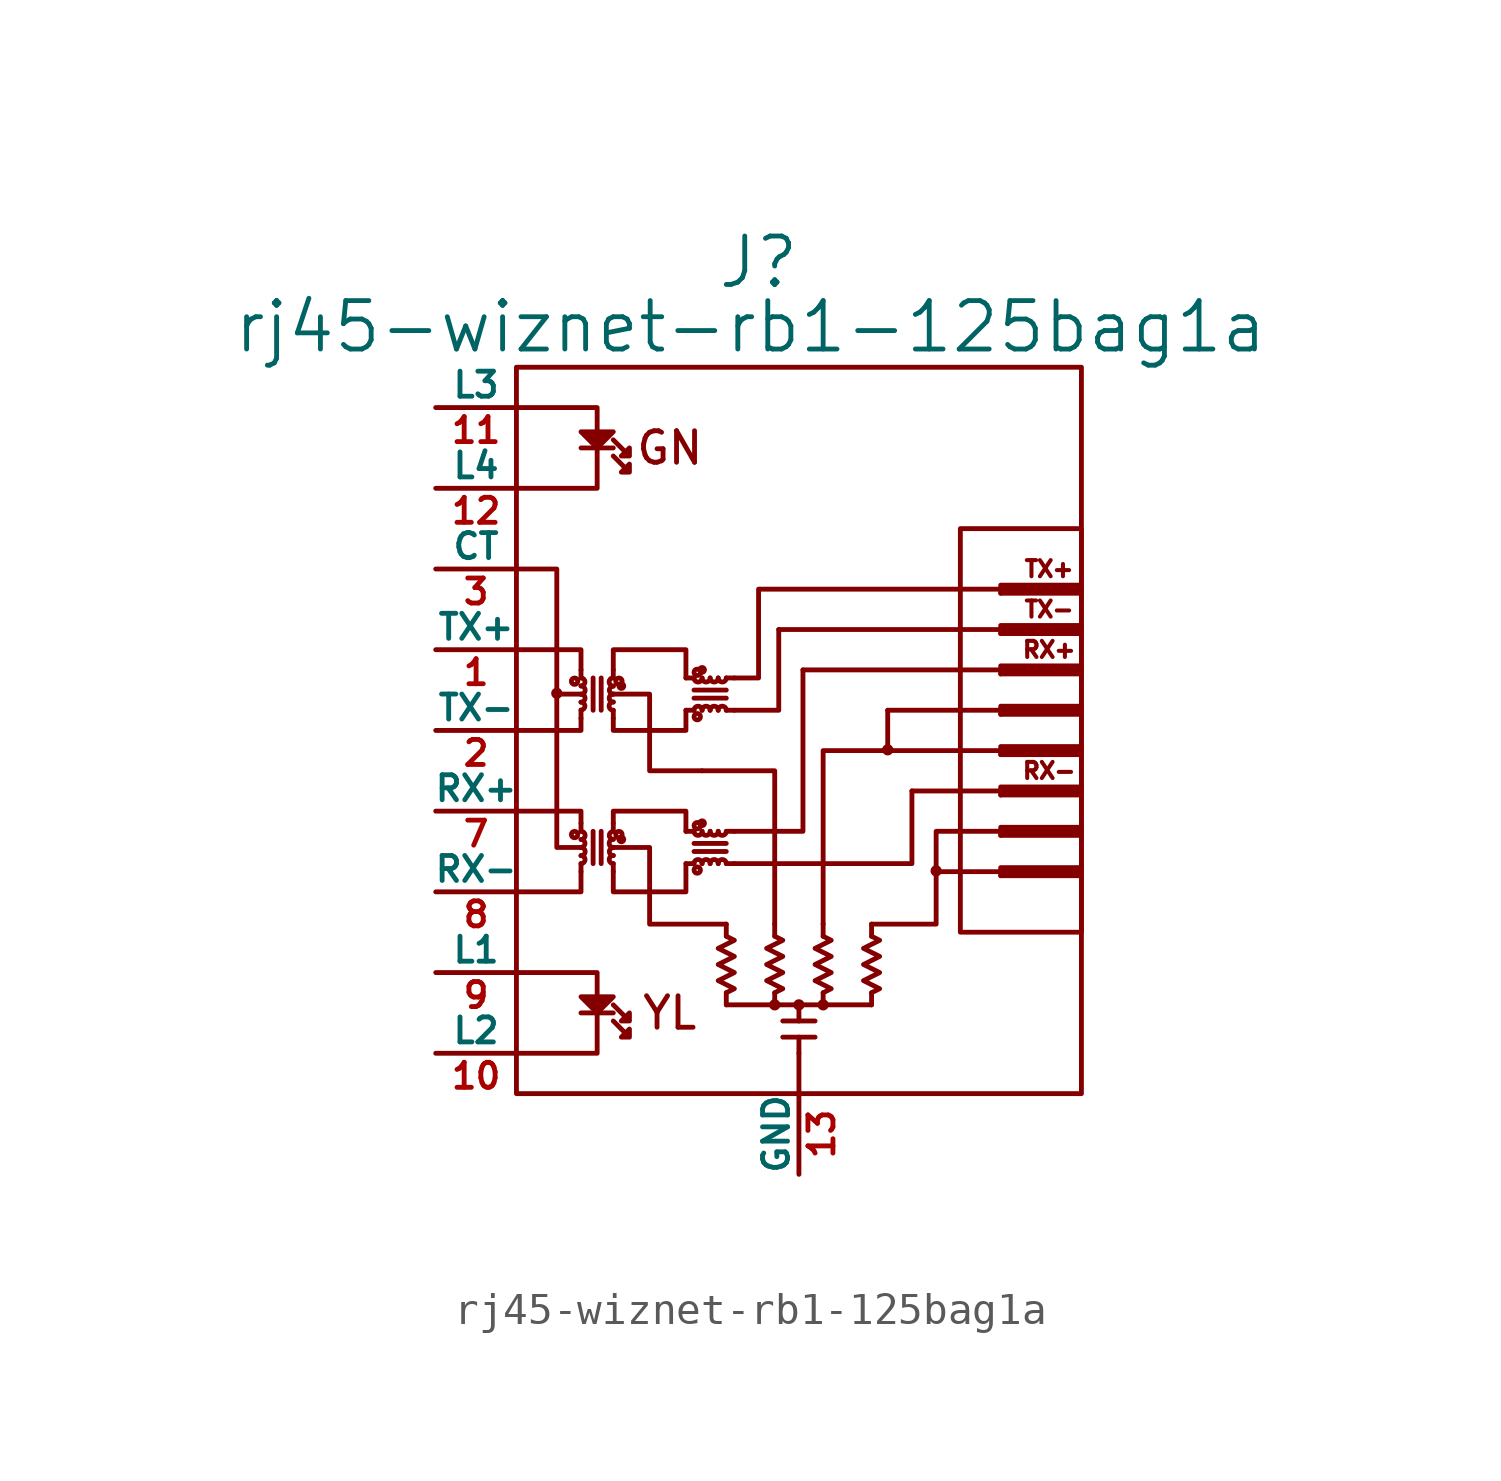
<source format=kicad_sym>
(kicad_symbol_lib
  (version 20201005)
  (generator kicad_symbol_editor)
  (symbol "rj45-wiznet-rb1-125bag1a"
    (pin_names
      (offset 0))
    (property "Reference" "J"
      (at 0 14.732 0)
      (effects (font (size 1.524 1.524))))
    (property "Value" "rj45-wiznet-rb1-125bag1a"
      (at -0.254 12.7 0)
      (effects (font (size 1.524 1.524))))
    (property "Footprint" ""
      (at -7.62 -1.27 0)
      (effects (font (size 1.524 1.524))))
    (property "Datasheet" ""
      (at -7.62 -1.27 0)
      (effects (font (size 1.524 1.524))))
    (symbol "rj45-wiznet-rb1-125bag1a_0_0"
      (text "GN" (at -2.794 8.89 0) (effects (font (size 0.991 0.991))))
      (text "RX+" (at 9.144 2.54 0) (effects (font (size 0.508 0.508))))
      (text "RX-" (at 9.144 -1.27 0) (effects (font (size 0.508 0.508))))
      (text "TX+" (at 9.144 5.08 0) (effects (font (size 0.508 0.508))))
      (text "TX-" (at 9.144 3.81 0) (effects (font (size 0.508 0.508))))
      (text "YL" (at -2.794 -8.89 0) (effects (font (size 0.991 0.991)))))
    (symbol "rj45-wiznet-rb1-125bag1a_0_1"
      (arc (start -5.588 -4.191) (end -5.588 -3.937) (radius (at -5.588 -4.064) (length 0.127) (angles -89.9 89.9)) (stroke (width 0)) (fill (type none)))
      (arc (start -5.588 -3.937) (end -5.588 -3.683) (radius (at -5.588 -3.81) (length 0.127) (angles -89.9 89.9)) (stroke (width 0)) (fill (type none)))
      (arc (start -5.588 -3.683) (end -5.588 -3.429) (radius (at -5.588 -3.556) (length 0.127) (angles -89.9 89.9)) (stroke (width 0)) (fill (type none)))
      (arc (start -5.588 -3.429) (end -5.588 -3.175) (radius (at -5.588 -3.302) (length 0.127) (angles -89.9 89.9)) (stroke (width 0)) (fill (type none)))
      (arc (start -5.588 0.635) (end -5.588 0.889) (radius (at -5.588 0.762) (length 0.127) (angles -89.9 89.9)) (stroke (width 0)) (fill (type none)))
      (arc (start -5.588 0.889) (end -5.588 1.143) (radius (at -5.588 1.016) (length 0.127) (angles -89.9 89.9)) (stroke (width 0)) (fill (type none)))
      (arc (start -5.588 1.143) (end -5.588 1.397) (radius (at -5.588 1.27) (length 0.127) (angles -89.9 89.9)) (stroke (width 0)) (fill (type none)))
      (arc (start -5.588 1.397) (end -5.588 1.651) (radius (at -5.588 1.524) (length 0.127) (angles -89.9 89.9)) (stroke (width 0)) (fill (type none)))
      (arc (start -4.572 -3.937) (end -4.572 -4.191) (radius (at -4.572 -4.064) (length 0.127) (angles 90.1 -90.1)) (stroke (width 0)) (fill (type none)))
      (arc (start -4.572 -3.683) (end -4.572 -3.937) (radius (at -4.572 -3.81) (length 0.127) (angles 90.1 -90.1)) (stroke (width 0)) (fill (type none)))
      (arc (start -4.572 -3.429) (end -4.572 -3.683) (radius (at -4.572 -3.556) (length 0.127) (angles 90.1 -90.1)) (stroke (width 0)) (fill (type none)))
      (arc (start -4.572 -3.175) (end -4.572 -3.429) (radius (at -4.572 -3.302) (length 0.127) (angles 90.1 -90.1)) (stroke (width 0)) (fill (type none)))
      (arc (start -4.572 0.889) (end -4.572 0.635) (radius (at -4.572 0.762) (length 0.127) (angles 90.1 -90.1)) (stroke (width 0)) (fill (type none)))
      (arc (start -4.572 1.143) (end -4.572 0.889) (radius (at -4.572 1.016) (length 0.127) (angles 90.1 -90.1)) (stroke (width 0)) (fill (type none)))
      (arc (start -4.572 1.397) (end -4.572 1.143) (radius (at -4.572 1.27) (length 0.127) (angles 90.1 -90.1)) (stroke (width 0)) (fill (type none)))
      (arc (start -4.572 1.651) (end -4.572 1.397) (radius (at -4.572 1.524) (length 0.127) (angles 90.1 -90.1)) (stroke (width 0)) (fill (type none)))
      (arc (start -1.778 -4.191) (end -2.032 -4.191) (radius (at -1.905 -4.191) (length 0.127) (angles 0.1 179.9)) (stroke (width 0)) (fill (type none)))
      (arc (start -2.032 -3.175) (end -1.778 -3.175) (radius (at -1.905 -3.175) (length 0.127) (angles -179.9 -0.1)) (stroke (width 0)) (fill (type none)))
      (arc (start -1.778 0.635) (end -2.032 0.635) (radius (at -1.905 0.635) (length 0.127) (angles 0.1 179.9)) (stroke (width 0)) (fill (type none)))
      (arc (start -2.032 1.651) (end -1.778 1.651) (radius (at -1.905 1.651) (length 0.127) (angles -179.9 -0.1)) (stroke (width 0)) (fill (type none)))
      (arc (start -1.524 -4.191) (end -1.778 -4.191) (radius (at -1.651 -4.191) (length 0.127) (angles 0.1 179.9)) (stroke (width 0)) (fill (type none)))
      (arc (start -1.778 -3.175) (end -1.524 -3.175) (radius (at -1.651 -3.175) (length 0.127) (angles -179.9 -0.1)) (stroke (width 0)) (fill (type none)))
      (arc (start -1.524 0.635) (end -1.778 0.635) (radius (at -1.651 0.635) (length 0.127) (angles 0.1 179.9)) (stroke (width 0)) (fill (type none)))
      (arc (start -1.778 1.651) (end -1.524 1.651) (radius (at -1.651 1.651) (length 0.127) (angles -179.9 -0.1)) (stroke (width 0)) (fill (type none)))
      (arc (start -1.27 -4.191) (end -1.524 -4.191) (radius (at -1.397 -4.191) (length 0.127) (angles 0.1 179.9)) (stroke (width 0)) (fill (type none)))
      (arc (start -1.524 -3.175) (end -1.27 -3.175) (radius (at -1.397 -3.175) (length 0.127) (angles -179.9 -0.1)) (stroke (width 0)) (fill (type none)))
      (arc (start -1.27 0.635) (end -1.524 0.635) (radius (at -1.397 0.635) (length 0.127) (angles 0.1 179.9)) (stroke (width 0)) (fill (type none)))
      (arc (start -1.524 1.651) (end -1.27 1.651) (radius (at -1.397 1.651) (length 0.127) (angles -179.9 -0.1)) (stroke (width 0)) (fill (type none)))
      (arc (start -1.016 -4.191) (end -1.27 -4.191) (radius (at -1.143 -4.191) (length 0.127) (angles 0.1 179.9)) (stroke (width 0)) (fill (type none)))
      (arc (start -1.27 -3.175) (end -1.016 -3.175) (radius (at -1.143 -3.175) (length 0.127) (angles -179.9 -0.1)) (stroke (width 0)) (fill (type none)))
      (arc (start -1.016 0.635) (end -1.27 0.635) (radius (at -1.143 0.635) (length 0.127) (angles 0.1 179.9)) (stroke (width 0)) (fill (type none)))
      (arc (start -1.27 1.651) (end -1.016 1.651) (radius (at -1.143 1.651) (length 0.127) (angles -179.9 -0.1)) (stroke (width 0)) (fill (type none)))
      (circle (center -6.35 1.168) (radius 0.102) (stroke (width 0)) (fill (type none)))
      (circle (center -5.791 -3.277) (radius 0.025) (stroke (width 0)) (fill (type none)))
      (circle (center -5.791 1.549) (radius 0.025) (stroke (width 0)) (fill (type none)))
      (circle (center -4.394 -3.277) (radius 0.025) (stroke (width 0)) (fill (type none)))
      (circle (center -4.394 1.549) (radius 0.025) (stroke (width 0)) (fill (type none)))
      (circle (center -4.318 -3.429) (radius 0) (stroke (width 0)) (fill (type none)))
      (circle (center -4.318 1.397) (radius 0) (stroke (width 0)) (fill (type none)))
      (circle (center -1.93 -4.394) (radius 0.025) (stroke (width 0)) (fill (type none)))
      (circle (center -1.93 -2.997) (radius 0.025) (stroke (width 0)) (fill (type none)))
      (circle (center -1.93 0.432) (radius 0.025) (stroke (width 0)) (fill (type none)))
      (circle (center -1.93 1.829) (radius 0.025) (stroke (width 0)) (fill (type none)))
      (circle (center -1.778 -2.921) (radius 0) (stroke (width 0)) (fill (type none)))
      (circle (center -1.778 1.905) (radius 0) (stroke (width 0)) (fill (type none)))
      (circle (center 0.508 -8.636) (radius 0.102) (stroke (width 0)) (fill (type none)))
      (circle (center 1.27 -8.636) (radius 0.102) (stroke (width 0)) (fill (type none)))
      (circle (center 2.032 -8.636) (radius 0.102) (stroke (width 0)) (fill (type none)))
      (circle (center 4.064 -0.61) (radius 0.102) (stroke (width 0)) (fill (type none)))
      (circle (center 5.588 -4.42) (radius 0.102) (stroke (width 0)) (fill (type none)))
      (rectangle (start 10.16 6.35) (end 6.35 -6.35) (stroke (width 0)) (fill (type none)))
      (rectangle (start 10.16 11.43) (end -7.62 -11.43) (stroke (width 0)) (fill (type none)))
      (polyline (pts (xy -6.35 1.143) (xy -5.588 1.143)) (stroke (width 0)) (fill (type none)))
      (polyline (pts (xy -5.588 -8.89) (xy -4.572 -8.89)) (stroke (width 0)) (fill (type none)))
      (polyline (pts (xy -5.588 -4.191) (xy -5.588 -4.445)) (stroke (width 0)) (fill (type none)))
      (polyline (pts (xy -5.588 -2.921) (xy -5.588 -3.175)) (stroke (width 0)) (fill (type none)))
      (polyline (pts (xy -5.588 0.635) (xy -5.588 0.381)) (stroke (width 0)) (fill (type none)))
      (polyline (pts (xy -5.588 1.905) (xy -5.588 1.651)) (stroke (width 0)) (fill (type none)))
      (polyline (pts (xy -5.588 8.89) (xy -4.572 8.89)) (stroke (width 0)) (fill (type none)))
      (polyline (pts (xy -5.207 -4.191) (xy -5.207 -3.175)) (stroke (width 0)) (fill (type none)))
      (polyline (pts (xy -5.207 0.635) (xy -5.207 1.651)) (stroke (width 0)) (fill (type none)))
      (polyline (pts (xy -4.953 -3.175) (xy -4.953 -4.191)) (stroke (width 0)) (fill (type none)))
      (polyline (pts (xy -4.953 1.651) (xy -4.953 0.635)) (stroke (width 0)) (fill (type none)))
      (polyline (pts (xy -4.572 -4.191) (xy -4.572 -4.445)) (stroke (width 0)) (fill (type none)))
      (polyline (pts (xy -4.572 -2.921) (xy -4.572 -3.175)) (stroke (width 0)) (fill (type none)))
      (polyline (pts (xy -4.572 0.635) (xy -4.572 0.381)) (stroke (width 0)) (fill (type none)))
      (polyline (pts (xy -4.572 1.905) (xy -4.572 1.651)) (stroke (width 0)) (fill (type none)))
      (polyline (pts (xy -2.286 -4.191) (xy -2.032 -4.191)) (stroke (width 0)) (fill (type none)))
      (polyline (pts (xy -2.286 -3.175) (xy -2.032 -3.175)) (stroke (width 0)) (fill (type none)))
      (polyline (pts (xy -2.286 0.635) (xy -2.032 0.635)) (stroke (width 0)) (fill (type none)))
      (polyline (pts (xy -2.286 1.651) (xy -2.032 1.651)) (stroke (width 0)) (fill (type none)))
      (polyline (pts (xy -2.032 -3.556) (xy -1.016 -3.556)) (stroke (width 0)) (fill (type none)))
      (polyline (pts (xy -2.032 1.27) (xy -1.016 1.27)) (stroke (width 0)) (fill (type none)))
      (polyline (pts (xy -1.016 -8.636) (xy -1.016 -8.255)) (stroke (width 0)) (fill (type none)))
      (polyline (pts (xy -1.016 -6.477) (xy -1.016 -6.096)) (stroke (width 0)) (fill (type none)))
      (polyline (pts (xy -1.016 -4.191) (xy -0.762 -4.191)) (stroke (width 0)) (fill (type none)))
      (polyline (pts (xy -1.016 -3.81) (xy -2.032 -3.81)) (stroke (width 0)) (fill (type none)))
      (polyline (pts (xy -1.016 -3.175) (xy -0.762 -3.175)) (stroke (width 0)) (fill (type none)))
      (polyline (pts (xy -1.016 0.635) (xy -0.762 0.635)) (stroke (width 0)) (fill (type none)))
      (polyline (pts (xy -1.016 1.016) (xy -2.032 1.016)) (stroke (width 0)) (fill (type none)))
      (polyline (pts (xy -1.016 1.651) (xy -0.762 1.651)) (stroke (width 0)) (fill (type none)))
      (polyline (pts (xy 0.508 -8.636) (xy 0.508 -8.255)) (stroke (width 0)) (fill (type none)))
      (polyline (pts (xy 0.508 -6.477) (xy 0.508 -6.096)) (stroke (width 0)) (fill (type none)))
      (polyline (pts (xy 0.762 -9.144) (xy 1.778 -9.144)) (stroke (width 0)) (fill (type none)))
      (polyline (pts (xy 1.27 -11.43) (xy 1.27 -10.16)) (stroke (width 0)) (fill (type none)))
      (polyline (pts (xy 1.27 -9.652) (xy 1.27 -10.16)) (stroke (width 0)) (fill (type none)))
      (polyline (pts (xy 1.27 -8.636) (xy 1.27 -9.144)) (stroke (width 0)) (fill (type none)))
      (polyline (pts (xy 1.778 -9.652) (xy 0.762 -9.652)) (stroke (width 0)) (fill (type none)))
      (polyline (pts (xy 2.032 -8.636) (xy 2.032 -8.255)) (stroke (width 0)) (fill (type none)))
      (polyline (pts (xy 2.032 -6.477) (xy 2.032 -6.096)) (stroke (width 0)) (fill (type none)))
      (polyline (pts (xy 3.556 -8.636) (xy -1.016 -8.636)) (stroke (width 0)) (fill (type none)))
      (polyline (pts (xy 3.556 -8.636) (xy 3.556 -8.255)) (stroke (width 0)) (fill (type none)))
      (polyline (pts (xy 3.556 -6.477) (xy 3.556 -6.096)) (stroke (width 0)) (fill (type none)))
      (polyline (pts (xy 4.064 0.635) (xy 4.064 -0.635)) (stroke (width 0)) (fill (type none)))
      (polyline (pts (xy 7.62 -4.572) (xy 10.16 -4.572)) (stroke (width 0)) (fill (type none)))
      (polyline (pts (xy 7.62 -4.445) (xy 5.588 -4.445)) (stroke (width 0)) (fill (type none)))
      (polyline (pts (xy 7.62 -4.445) (xy 10.16 -4.445)) (stroke (width 0)) (fill (type none)))
      (polyline (pts (xy 7.62 -3.302) (xy 10.16 -3.302)) (stroke (width 0)) (fill (type none)))
      (polyline (pts (xy 7.62 -3.175) (xy 10.16 -3.175)) (stroke (width 0)) (fill (type none)))
      (polyline (pts (xy 7.62 -2.032) (xy 10.16 -2.032)) (stroke (width 0)) (fill (type none)))
      (polyline (pts (xy 7.62 -1.905) (xy 4.826 -1.905)) (stroke (width 0)) (fill (type none)))
      (polyline (pts (xy 7.62 -1.905) (xy 10.16 -1.905)) (stroke (width 0)) (fill (type none)))
      (polyline (pts (xy 7.62 -0.762) (xy 10.16 -0.762)) (stroke (width 0)) (fill (type none)))
      (polyline (pts (xy 7.62 -0.635) (xy 4.064 -0.635)) (stroke (width 0)) (fill (type none)))
      (polyline (pts (xy 7.62 -0.635) (xy 10.16 -0.635)) (stroke (width 0)) (fill (type none)))
      (polyline (pts (xy 7.62 0.508) (xy 10.16 0.508)) (stroke (width 0)) (fill (type none)))
      (polyline (pts (xy 7.62 0.635) (xy 4.064 0.635)) (stroke (width 0)) (fill (type none)))
      (polyline (pts (xy 7.62 0.635) (xy 10.16 0.635)) (stroke (width 0)) (fill (type none)))
      (polyline (pts (xy 7.62 1.778) (xy 10.16 1.778)) (stroke (width 0)) (fill (type none)))
      (polyline (pts (xy 7.62 1.905) (xy 1.397 1.905)) (stroke (width 0)) (fill (type none)))
      (polyline (pts (xy 7.62 1.905) (xy 10.16 1.905)) (stroke (width 0)) (fill (type none)))
      (polyline (pts (xy 7.62 3.048) (xy 10.16 3.048)) (stroke (width 0)) (fill (type none)))
      (polyline (pts (xy 7.62 3.175) (xy 0.635 3.175)) (stroke (width 0)) (fill (type none)))
      (polyline (pts (xy 7.62 3.175) (xy 10.16 3.175)) (stroke (width 0)) (fill (type none)))
      (polyline (pts (xy 7.62 4.318) (xy 10.16 4.318)) (stroke (width 0)) (fill (type none)))
      (polyline (pts (xy 7.62 4.445) (xy 10.16 4.445)) (stroke (width 0)) (fill (type none)))
      (polyline (pts (xy -7.62 -2.54) (xy -5.588 -2.54) (xy -5.588 -2.921)) (stroke (width 0)) (fill (type none)))
      (polyline (pts (xy -7.62 0) (xy -5.588 0) (xy -5.588 0.381)) (stroke (width 0)) (fill (type none)))
      (polyline (pts (xy -7.62 2.54) (xy -5.588 2.54) (xy -5.588 1.905)) (stroke (width 0)) (fill (type none)))
      (polyline (pts (xy -6.35 1.143) (xy -6.35 -3.683) (xy -5.588 -3.683)) (stroke (width 0)) (fill (type none)))
      (polyline (pts (xy -6.35 1.143) (xy -6.35 5.08) (xy -7.62 5.08)) (stroke (width 0)) (fill (type none)))
      (polyline (pts (xy -5.588 -4.445) (xy -5.588 -5.08) (xy -7.62 -5.08)) (stroke (width 0)) (fill (type none)))
      (polyline (pts (xy -5.08 -8.89) (xy -5.08 -10.16) (xy -7.62 -10.16)) (stroke (width 0)) (fill (type none)))
      (polyline (pts (xy -5.08 -8.382) (xy -5.08 -7.62) (xy -7.62 -7.62)) (stroke (width 0)) (fill (type none)))
      (polyline (pts (xy -5.08 8.89) (xy -5.08 7.62) (xy -7.62 7.62)) (stroke (width 0)) (fill (type none)))
      (polyline (pts (xy -5.08 9.398) (xy -5.08 10.16) (xy -7.62 10.16)) (stroke (width 0)) (fill (type none)))
      (polyline (pts (xy 0.508 -6.096) (xy 0.508 -1.27) (xy -1.778 -1.27)) (stroke (width 0)) (fill (type none)))
      (polyline (pts (xy 0.635 3.175) (xy 0.635 0.635) (xy -0.762 0.635)) (stroke (width 0)) (fill (type none)))
      (polyline (pts (xy 1.397 1.905) (xy 1.397 -3.175) (xy -0.762 -3.175)) (stroke (width 0)) (fill (type none)))
      (polyline (pts (xy 2.032 -6.096) (xy 2.032 -0.635) (xy 4.064 -0.635)) (stroke (width 0)) (fill (type none)))
      (polyline (pts (xy 3.556 -6.096) (xy 5.588 -6.096) (xy 5.588 -4.445)) (stroke (width 0)) (fill (type none)))
      (polyline (pts (xy 4.826 -1.905) (xy 4.826 -4.191) (xy -0.762 -4.191)) (stroke (width 0)) (fill (type none)))
      (polyline (pts (xy 5.588 -4.445) (xy 5.588 -3.175) (xy 7.62 -3.175)) (stroke (width 0)) (fill (type none)))
      (polyline (pts (xy 7.62 -4.572) (xy 7.62 -4.318) (xy 10.16 -4.318)) (stroke (width 0)) (fill (type none)))
      (polyline (pts (xy 7.62 -3.302) (xy 7.62 -3.048) (xy 10.16 -3.048)) (stroke (width 0)) (fill (type none)))
      (polyline (pts (xy 7.62 -2.032) (xy 7.62 -1.778) (xy 10.16 -1.778)) (stroke (width 0)) (fill (type none)))
      (polyline (pts (xy 7.62 -0.762) (xy 7.62 -0.508) (xy 10.16 -0.508)) (stroke (width 0)) (fill (type none)))
      (polyline (pts (xy 7.62 0.508) (xy 7.62 0.762) (xy 10.16 0.762)) (stroke (width 0)) (fill (type none)))
      (polyline (pts (xy 7.62 1.778) (xy 7.62 2.032) (xy 10.16 2.032)) (stroke (width 0)) (fill (type none)))
      (polyline (pts (xy 7.62 3.048) (xy 7.62 3.302) (xy 10.16 3.302)) (stroke (width 0)) (fill (type none)))
      (polyline (pts (xy 7.62 4.318) (xy 7.62 4.572) (xy 10.16 4.572)) (stroke (width 0)) (fill (type none)))
      (polyline (pts (xy -4.572 -4.445) (xy -4.572 -5.08) (xy -2.286 -5.08) (xy -2.286 -4.191)) (stroke (width 0)) (fill (type none)))
      (polyline (pts (xy -4.572 -3.683) (xy -3.429 -3.683) (xy -3.429 -6.096) (xy -1.016 -6.096)) (stroke (width 0)) (fill (type none)))
      (polyline (pts (xy -4.572 -2.921) (xy -4.572 -2.54) (xy -2.286 -2.54) (xy -2.286 -3.175)) (stroke (width 0)) (fill (type none)))
      (polyline (pts (xy -4.572 0.381) (xy -4.572 0) (xy -2.286 0) (xy -2.286 0.635)) (stroke (width 0)) (fill (type none)))
      (polyline (pts (xy -4.572 1.143) (xy -3.429 1.143) (xy -3.429 -1.27) (xy -1.778 -1.27)) (stroke (width 0)) (fill (type none)))
      (polyline (pts (xy -4.572 1.905) (xy -4.572 2.54) (xy -2.286 2.54) (xy -2.286 1.651)) (stroke (width 0)) (fill (type none)))
      (polyline (pts (xy 7.62 4.445) (xy 0 4.445) (xy 0 1.651) (xy -0.762 1.651)) (stroke (width 0)) (fill (type none)))
      (polyline (pts (xy -4.572 -9.144) (xy -4.064 -9.652) (xy -4.064 -9.398) (xy -4.318 -9.652) (xy -4.064 -9.652)) (stroke (width 0)) (fill (type none)))
      (polyline (pts (xy -4.572 -8.636) (xy -4.064 -9.144) (xy -4.064 -8.89) (xy -4.318 -9.144) (xy -4.064 -9.144)) (stroke (width 0)) (fill (type none)))
      (polyline (pts (xy -4.572 8.636) (xy -4.064 8.128) (xy -4.064 8.382) (xy -4.318 8.128) (xy -4.064 8.128)) (stroke (width 0)) (fill (type none)))
      (polyline (pts (xy -4.572 9.144) (xy -4.064 8.636) (xy -4.064 8.89) (xy -4.318 8.636) (xy -4.064 8.636)) (stroke (width 0)) (fill (type none)))
      (polyline (pts (xy -1.016 -6.477) (xy -0.762 -6.604) (xy -1.27 -6.858) (xy -0.762 -7.112) (xy -1.27 -7.366) (xy -0.762 -7.62) (xy -1.27 -7.874) (xy -0.762 -8.128) (xy -1.016 -8.255)) (stroke (width 0)) (fill (type none)))
      (polyline (pts (xy 0.508 -6.477) (xy 0.762 -6.604) (xy 0.254 -6.858) (xy 0.762 -7.112) (xy 0.254 -7.366) (xy 0.762 -7.62) (xy 0.254 -7.874) (xy 0.762 -8.128) (xy 0.508 -8.255)) (stroke (width 0)) (fill (type none)))
      (polyline (pts (xy 2.032 -6.477) (xy 2.286 -6.604) (xy 1.778 -6.858) (xy 2.286 -7.112) (xy 1.778 -7.366) (xy 2.286 -7.62) (xy 1.778 -7.874) (xy 2.286 -8.128) (xy 2.032 -8.255)) (stroke (width 0)) (fill (type none)))
      (polyline (pts (xy 3.556 -6.477) (xy 3.81 -6.604) (xy 3.302 -6.858) (xy 3.81 -7.112) (xy 3.302 -7.366) (xy 3.81 -7.62) (xy 3.302 -7.874) (xy 3.81 -8.128) (xy 3.556 -8.255)) (stroke (width 0)) (fill (type none)))
      (polyline (pts (xy -5.588 -8.382) (xy -5.08 -8.89) (xy -4.572 -8.382) (xy -5.588 -8.382)) (stroke (width 0)) (fill (type outline)))
      (polyline (pts (xy -5.588 9.398) (xy -5.08 8.89) (xy -4.572 9.398) (xy -5.588 9.398)) (stroke (width 0)) (fill (type outline))))
    (symbol "rj45-wiznet-rb1-125bag1a_1_1"
      (pin passive line (at -10.16 2.54 0) (length 2.54) (name "TX+" (effects (font (size 0.787 0.787)))) (number "1" (effects (font (size 0.787 0.787)))))
      (pin passive line (at -10.16 -10.16 0) (length 2.54) (name "L2" (effects (font (size 0.787 0.787)))) (number "10" (effects (font (size 0.787 0.787)))))
      (pin passive line (at -10.16 10.16 0) (length 2.54) (name "L3" (effects (font (size 0.787 0.787)))) (number "11" (effects (font (size 0.787 0.787)))))
      (pin passive line (at -10.16 7.62 0) (length 2.54) (name "L4" (effects (font (size 0.787 0.787)))) (number "12" (effects (font (size 0.787 0.787)))))
      (pin passive line (at 1.27 -13.97 90) (length 2.54) (name "GND" (effects (font (size 0.787 0.787)))) (number "13" (effects (font (size 0.787 0.787)))))
      (pin passive line (at -10.16 0 0) (length 2.54) (name "TX-" (effects (font (size 0.787 0.787)))) (number "2" (effects (font (size 0.787 0.787)))))
      (pin passive line (at -10.16 5.08 0) (length 2.54) (name "CT" (effects (font (size 0.787 0.787)))) (number "3" (effects (font (size 0.787 0.787)))))
      (pin passive line (at -10.16 -2.54 0) (length 2.54) (name "RX+" (effects (font (size 0.787 0.787)))) (number "7" (effects (font (size 0.787 0.787)))))
      (pin passive line (at -10.16 -5.08 0) (length 2.54) (name "RX-" (effects (font (size 0.787 0.787)))) (number "8" (effects (font (size 0.787 0.787)))))
      (pin passive line (at -10.16 -7.62 0) (length 2.54) (name "L1" (effects (font (size 0.787 0.787)))) (number "9" (effects (font (size 0.787 0.787))))))))
</source>
